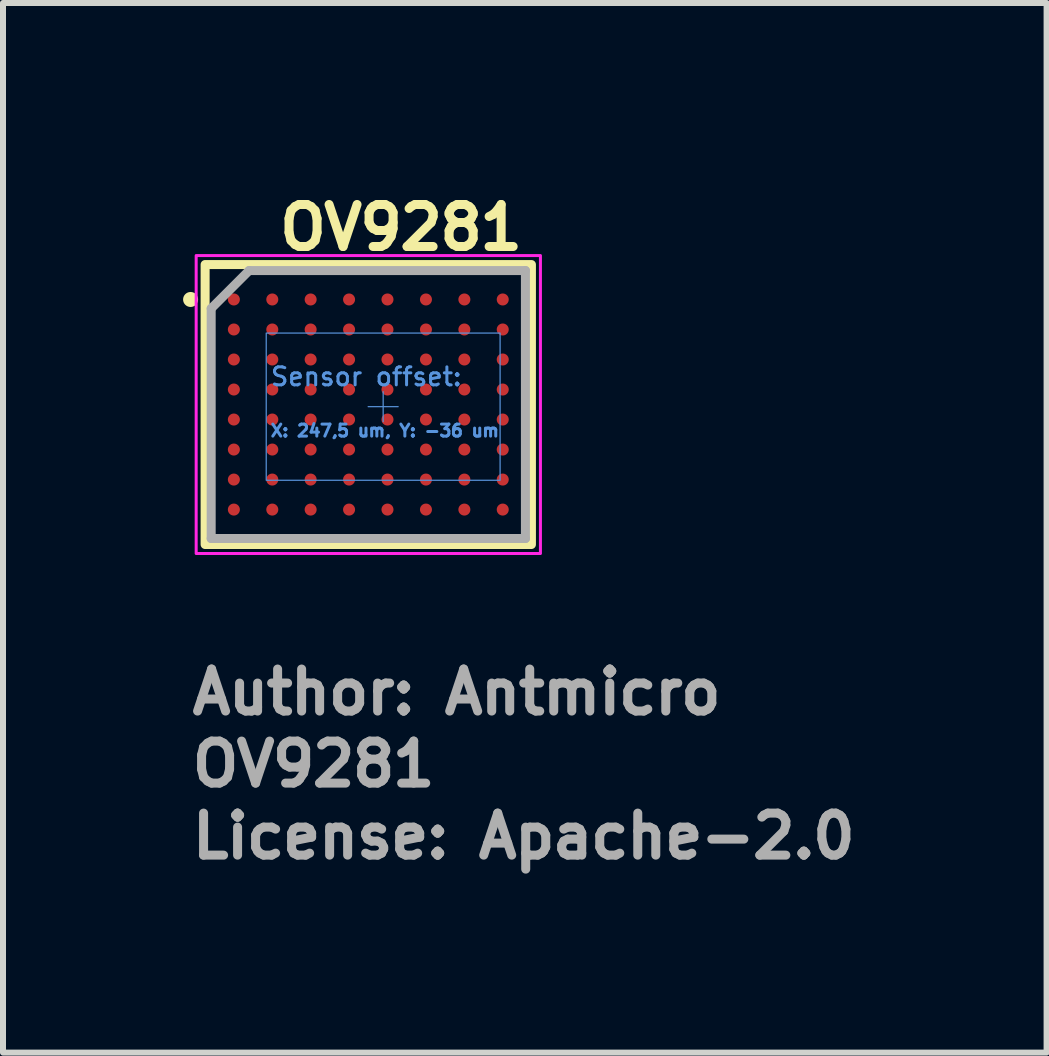
<source format=kicad_pcb>
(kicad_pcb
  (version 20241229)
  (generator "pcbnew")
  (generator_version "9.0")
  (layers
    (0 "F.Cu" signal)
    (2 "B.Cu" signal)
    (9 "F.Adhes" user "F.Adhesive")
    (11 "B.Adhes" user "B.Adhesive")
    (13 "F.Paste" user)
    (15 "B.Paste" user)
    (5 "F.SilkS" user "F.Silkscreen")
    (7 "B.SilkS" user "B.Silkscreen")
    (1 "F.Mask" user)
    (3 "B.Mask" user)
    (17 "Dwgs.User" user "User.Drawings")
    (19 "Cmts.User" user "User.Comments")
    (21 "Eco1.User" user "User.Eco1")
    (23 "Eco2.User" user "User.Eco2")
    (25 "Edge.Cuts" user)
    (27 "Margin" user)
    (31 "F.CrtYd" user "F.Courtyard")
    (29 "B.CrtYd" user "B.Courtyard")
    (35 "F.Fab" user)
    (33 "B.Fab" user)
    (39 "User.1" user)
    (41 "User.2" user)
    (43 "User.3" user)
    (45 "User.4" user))
  (footprint "OV9281"
    (layer "F.Cu")
    (at 3.333 3.725)
    (property "Reference" "OV9281" (at -1.8 -2.575 0) (unlocked yes) (layer "F.SilkS") (effects (font (size 0.7 0.7) (thickness 0.15)) (justify left bottom)))
    (attr smd)
    (fp_rect (start -2.966 -2.368) (end 2.47 2.296) (stroke (width 0.15) (type solid)) (fill no) (layer "F.SilkS"))
    (fp_circle (center -3.208 -1.786) (end -3.158 -1.786) (stroke (width 0.15) (type solid)) (fill yes) (layer "F.SilkS"))
    (fp_line (start -0.25 0) (end 0.25 0) (stroke (width 0.02) (type solid)) (layer "Cmts.User"))
    (fp_line (start 0 -0.25) (end 0 0.25) (stroke (width 0.02) (type solid)) (layer "Cmts.User"))
    (fp_rect (start -1.948 -1.226) (end 1.948 1.226) (stroke (width 0.02) (type solid)) (fill no) (layer "Cmts.User"))
    (fp_rect (start -3.115 -2.518) (end 2.62 2.446) (stroke (width 0.05) (type solid)) (fill no) (layer "F.CrtYd"))
    (fp_line (start -2.865 -1.636) (end -2.865 2.196) (stroke (width 0.15) (type solid)) (layer "F.Fab"))
    (fp_line (start -2.865 -1.636) (end -2.233 -2.268) (stroke (width 0.15) (type solid)) (layer "F.Fab"))
    (fp_line (start -2.865 2.196) (end 2.37 2.196) (stroke (width 0.15) (type solid)) (layer "F.Fab"))
    (fp_line (start 2.37 -2.268) (end -2.233 -2.268) (stroke (width 0.15) (type solid)) (layer "F.Fab"))
    (fp_line (start 2.37 2.196) (end 2.37 -2.268) (stroke (width 0.15) (type solid)) (layer "F.Fab"))
    (fp_rect (start -2.865 -2.268) (end 2.37 2.196) (stroke (width 0.1) (type solid)) (fill no) (layer "User.5"))
    (fp_rect (start -2.865 -2.268) (end 2.37 2.196) (stroke (width 0.02) (type solid)) (fill no) (layer "User.9"))
    (fp_text user "X: 247,5 um, Y: -36 um" (at -1.9 0.4 0) (layer "Cmts.User") (effects (font (size 0.2 0.2) (thickness 0.05)) (justify left)))
    (fp_text user "Sensor offset:" (at -1.9 -0.5 0) (layer "Cmts.User") (effects (font (size 0.3 0.3) (thickness 0.05)) (justify left)))
    (fp_text user "Author: Antmicro" (at -3.257 5.164 0) (layer "F.Fab") (effects (font (size 0.7 0.7) (thickness 0.15)) (justify left bottom)))
    (fp_text user "License: Apache-2.0" (at -3.257 7.564 0) (layer "F.Fab") (effects (font (size 0.7 0.7) (thickness 0.15)) (justify left bottom)))
    (fp_text user "${REFERENCE}" (at -3.257 6.364 0) (unlocked yes) (layer "F.Fab") (effects (font (size 0.7 0.7) (thickness 0.15)) (justify left bottom)))
    (pad "A1" smd circle (at -2.487 -1.786) (size 0.2 0.2) (layers "F.Cu" "F.Mask" "F.Paste"))
    (pad "A2" smd circle (at -1.847 -1.786) (size 0.2 0.2) (layers "F.Cu" "F.Mask" "F.Paste"))
    (pad "A3" smd circle (at -1.208 -1.786) (size 0.2 0.2) (layers "F.Cu" "F.Mask" "F.Paste"))
    (pad "A4" smd circle (at -0.568 -1.786) (size 0.2 0.2) (layers "F.Cu" "F.Mask" "F.Paste"))
    (pad "A5" smd circle (at 0.072 -1.786) (size 0.2 0.2) (layers "F.Cu" "F.Mask" "F.Paste"))
    (pad "A6" smd circle (at 0.713 -1.786) (size 0.2 0.2) (layers "F.Cu" "F.Mask" "F.Paste"))
    (pad "A7" smd circle (at 1.353 -1.786) (size 0.2 0.2) (layers "F.Cu" "F.Mask" "F.Paste"))
    (pad "A8" smd circle (at 1.992 -1.786) (size 0.2 0.2) (layers "F.Cu" "F.Mask" "F.Paste"))
    (pad "B1" smd circle (at -2.487 -1.286) (size 0.2 0.2) (layers "F.Cu" "F.Mask" "F.Paste"))
    (pad "B2" smd circle (at -1.847 -1.286) (size 0.2 0.2) (layers "F.Cu" "F.Mask" "F.Paste"))
    (pad "B3" smd circle (at -1.208 -1.286) (size 0.2 0.2) (layers "F.Cu" "F.Mask" "F.Paste"))
    (pad "B4" smd circle (at -0.568 -1.286) (size 0.2 0.2) (layers "F.Cu" "F.Mask" "F.Paste"))
    (pad "B5" smd circle (at 0.072 -1.286) (size 0.2 0.2) (layers "F.Cu" "F.Mask" "F.Paste"))
    (pad "B6" smd circle (at 0.713 -1.286) (size 0.2 0.2) (layers "F.Cu" "F.Mask" "F.Paste"))
    (pad "B7" smd circle (at 1.353 -1.286) (size 0.2 0.2) (layers "F.Cu" "F.Mask" "F.Paste"))
    (pad "B8" smd circle (at 1.992 -1.286) (size 0.2 0.2) (layers "F.Cu" "F.Mask" "F.Paste"))
    (pad "C1" smd circle (at -2.487 -0.786) (size 0.2 0.2) (layers "F.Cu" "F.Mask" "F.Paste"))
    (pad "C2" smd circle (at -1.847 -0.786) (size 0.2 0.2) (layers "F.Cu" "F.Mask" "F.Paste"))
    (pad "C3" smd circle (at -1.208 -0.786) (size 0.2 0.2) (layers "F.Cu" "F.Mask" "F.Paste"))
    (pad "C4" smd circle (at -0.568 -0.786) (size 0.2 0.2) (layers "F.Cu" "F.Mask" "F.Paste"))
    (pad "C5" smd circle (at 0.072 -0.786) (size 0.2 0.2) (layers "F.Cu" "F.Mask" "F.Paste"))
    (pad "C6" smd circle (at 0.713 -0.786) (size 0.2 0.2) (layers "F.Cu" "F.Mask" "F.Paste"))
    (pad "C7" smd circle (at 1.353 -0.786) (size 0.2 0.2) (layers "F.Cu" "F.Mask" "F.Paste"))
    (pad "C8" smd circle (at 1.992 -0.786) (size 0.2 0.2) (layers "F.Cu" "F.Mask" "F.Paste"))
    (pad "D1" smd circle (at -2.487 -0.286) (size 0.2 0.2) (layers "F.Cu" "F.Mask" "F.Paste"))
    (pad "D2" smd circle (at -1.847 -0.286) (size 0.2 0.2) (layers "F.Cu" "F.Mask" "F.Paste"))
    (pad "D3" smd circle (at -1.208 -0.286) (size 0.2 0.2) (layers "F.Cu" "F.Mask" "F.Paste"))
    (pad "D4" smd circle (at -0.568 -0.286) (size 0.2 0.2) (layers "F.Cu" "F.Mask" "F.Paste"))
    (pad "D5" smd circle (at 0.072 -0.286) (size 0.2 0.2) (layers "F.Cu" "F.Mask" "F.Paste"))
    (pad "D6" smd circle (at 0.713 -0.286) (size 0.2 0.2) (layers "F.Cu" "F.Mask" "F.Paste"))
    (pad "D7" smd circle (at 1.353 -0.286) (size 0.2 0.2) (layers "F.Cu" "F.Mask" "F.Paste"))
    (pad "D8" smd circle (at 1.992 -0.286) (size 0.2 0.2) (layers "F.Cu" "F.Mask" "F.Paste"))
    (pad "E1" smd circle (at -2.487 0.214) (size 0.2 0.2) (layers "F.Cu" "F.Mask" "F.Paste"))
    (pad "E2" smd circle (at -1.847 0.214) (size 0.2 0.2) (layers "F.Cu" "F.Mask" "F.Paste"))
    (pad "E3" smd circle (at -1.208 0.214) (size 0.2 0.2) (layers "F.Cu" "F.Mask" "F.Paste"))
    (pad "E4" smd circle (at -0.568 0.214) (size 0.2 0.2) (layers "F.Cu" "F.Mask" "F.Paste"))
    (pad "E5" smd circle (at 0.072 0.214) (size 0.2 0.2) (layers "F.Cu" "F.Mask" "F.Paste"))
    (pad "E6" smd circle (at 0.713 0.214) (size 0.2 0.2) (layers "F.Cu" "F.Mask" "F.Paste"))
    (pad "E7" smd circle (at 1.353 0.214) (size 0.2 0.2) (layers "F.Cu" "F.Mask" "F.Paste"))
    (pad "E8" smd circle (at 1.992 0.214) (size 0.2 0.2) (layers "F.Cu" "F.Mask" "F.Paste"))
    (pad "F1" smd circle (at -2.487 0.714) (size 0.2 0.2) (layers "F.Cu" "F.Mask" "F.Paste"))
    (pad "F2" smd circle (at -1.847 0.714) (size 0.2 0.2) (layers "F.Cu" "F.Mask" "F.Paste"))
    (pad "F3" smd circle (at -1.208 0.714) (size 0.2 0.2) (layers "F.Cu" "F.Mask" "F.Paste"))
    (pad "F4" smd circle (at -0.568 0.714) (size 0.2 0.2) (layers "F.Cu" "F.Mask" "F.Paste"))
    (pad "F5" smd circle (at 0.072 0.714) (size 0.2 0.2) (layers "F.Cu" "F.Mask" "F.Paste"))
    (pad "F6" smd circle (at 0.713 0.714) (size 0.2 0.2) (layers "F.Cu" "F.Mask" "F.Paste"))
    (pad "F7" smd circle (at 1.353 0.714) (size 0.2 0.2) (layers "F.Cu" "F.Mask" "F.Paste"))
    (pad "F8" smd circle (at 1.992 0.714) (size 0.2 0.2) (layers "F.Cu" "F.Mask" "F.Paste"))
    (pad "G1" smd circle (at -2.487 1.214) (size 0.2 0.2) (layers "F.Cu" "F.Mask" "F.Paste"))
    (pad "G2" smd circle (at -1.847 1.214) (size 0.2 0.2) (layers "F.Cu" "F.Mask" "F.Paste"))
    (pad "G3" smd circle (at -1.208 1.214) (size 0.2 0.2) (layers "F.Cu" "F.Mask" "F.Paste"))
    (pad "G4" smd circle (at -0.568 1.214) (size 0.2 0.2) (layers "F.Cu" "F.Mask" "F.Paste"))
    (pad "G5" smd circle (at 0.072 1.214) (size 0.2 0.2) (layers "F.Cu" "F.Mask" "F.Paste"))
    (pad "G6" smd circle (at 0.713 1.214) (size 0.2 0.2) (layers "F.Cu" "F.Mask" "F.Paste"))
    (pad "G7" smd circle (at 1.353 1.214) (size 0.2 0.2) (layers "F.Cu" "F.Mask" "F.Paste"))
    (pad "G8" smd circle (at 1.992 1.214) (size 0.2 0.2) (layers "F.Cu" "F.Mask" "F.Paste"))
    (pad "H1" smd circle (at -2.487 1.714) (size 0.2 0.2) (layers "F.Cu" "F.Mask" "F.Paste"))
    (pad "H2" smd circle (at -1.847 1.714) (size 0.2 0.2) (layers "F.Cu" "F.Mask" "F.Paste"))
    (pad "H3" smd circle (at -1.208 1.714) (size 0.2 0.2) (layers "F.Cu" "F.Mask" "F.Paste"))
    (pad "H4" smd circle (at -0.568 1.714) (size 0.2 0.2) (layers "F.Cu" "F.Mask" "F.Paste"))
    (pad "H5" smd circle (at 0.072 1.714) (size 0.2 0.2) (layers "F.Cu" "F.Mask" "F.Paste"))
    (pad "H6" smd circle (at 0.713 1.714) (size 0.2 0.2) (layers "F.Cu" "F.Mask" "F.Paste"))
    (pad "H7" smd circle (at 1.353 1.714) (size 0.2 0.2) (layers "F.Cu" "F.Mask" "F.Paste"))
    (pad "H8" smd circle (at 1.992 1.714) (size 0.2 0.2) (layers "F.Cu" "F.Mask" "F.Paste")))
  (gr_rect
    (start -3 -3)
    (end 14.385 14.485)
    (stroke (width 0.1) (type default))
    (fill no)
    (layer "Edge.Cuts")))
</source>
